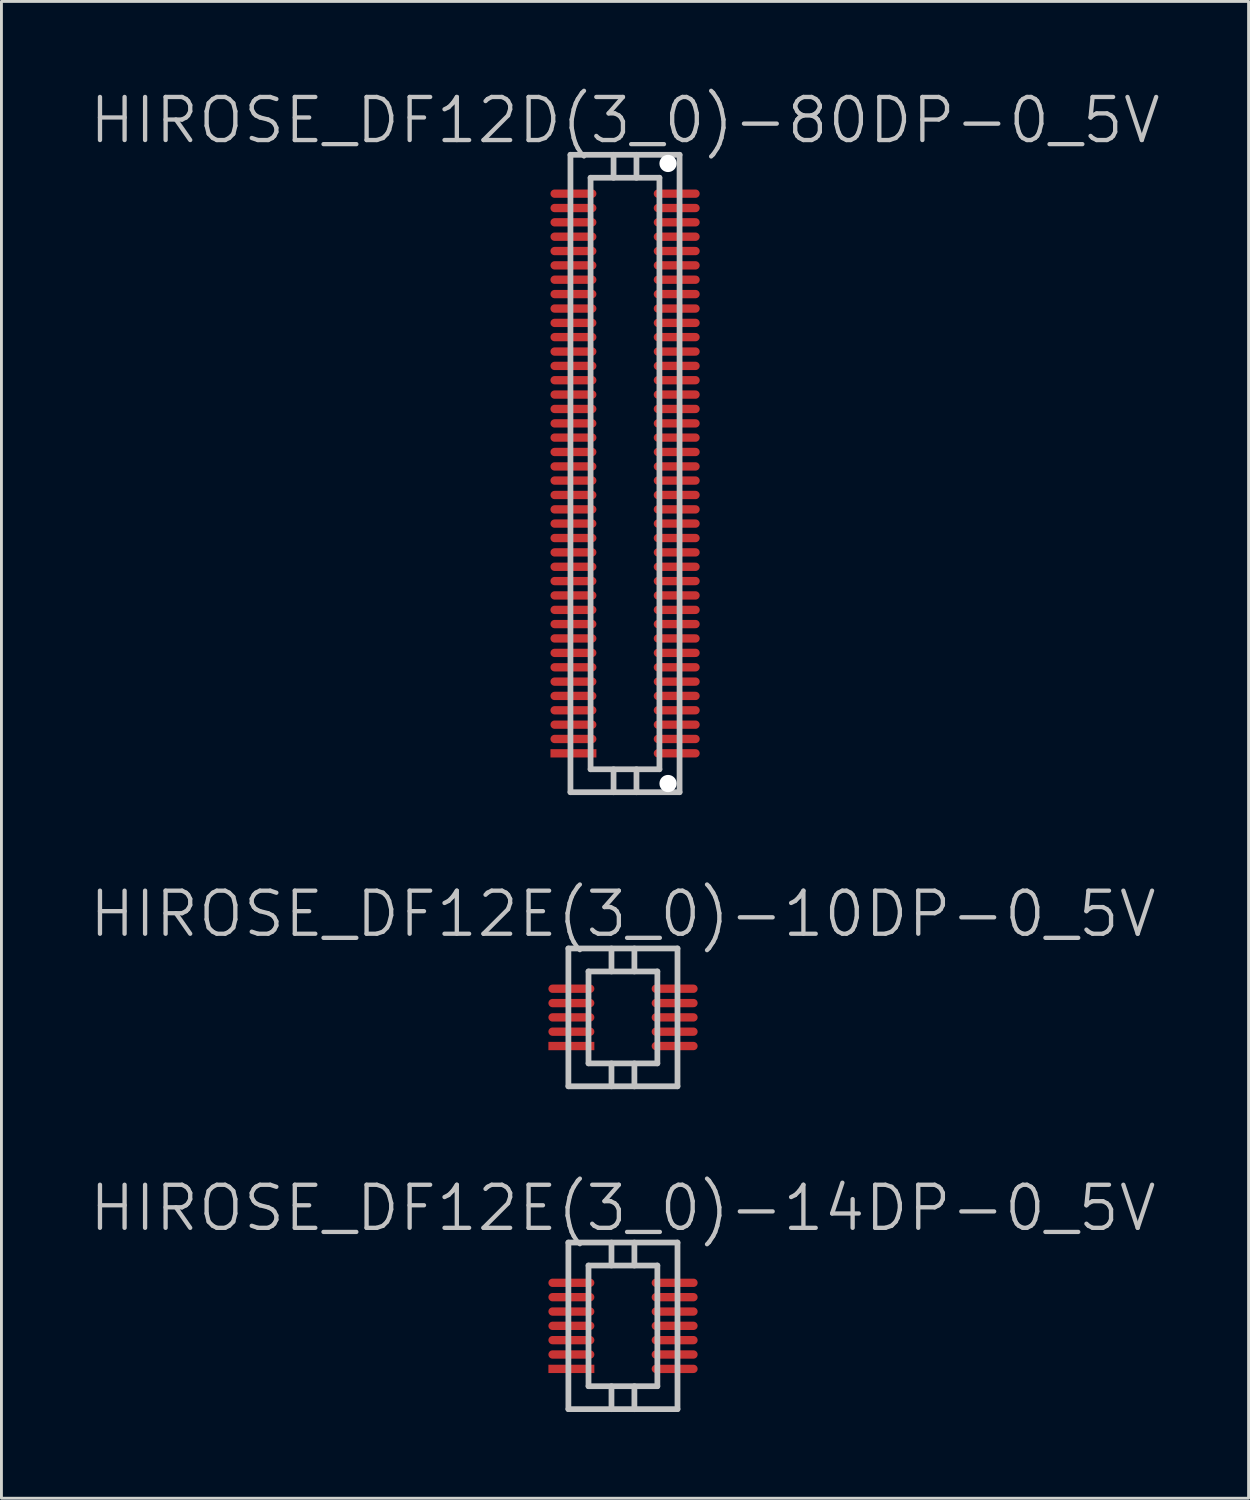
<source format=kicad_pcb>
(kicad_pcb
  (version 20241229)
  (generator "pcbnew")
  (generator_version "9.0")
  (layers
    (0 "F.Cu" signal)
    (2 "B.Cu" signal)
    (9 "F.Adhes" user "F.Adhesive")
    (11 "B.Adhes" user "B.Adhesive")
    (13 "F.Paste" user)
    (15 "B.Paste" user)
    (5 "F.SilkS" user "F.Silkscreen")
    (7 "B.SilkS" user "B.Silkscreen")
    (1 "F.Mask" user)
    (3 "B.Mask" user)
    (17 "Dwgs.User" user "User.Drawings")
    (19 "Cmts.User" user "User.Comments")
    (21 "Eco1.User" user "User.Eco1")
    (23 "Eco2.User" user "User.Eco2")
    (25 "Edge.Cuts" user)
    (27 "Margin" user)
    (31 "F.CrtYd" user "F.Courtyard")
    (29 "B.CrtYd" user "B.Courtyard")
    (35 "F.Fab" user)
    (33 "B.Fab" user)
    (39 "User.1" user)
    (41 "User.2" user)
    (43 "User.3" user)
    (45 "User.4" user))
  (footprint "HIROSE_DF12E(3_0)-14DP-0_5V"
    (layer "F.Cu")
    (at 18.646 43.127)
    (property "Reference" "HIROSE_DF12E(3_0)-14DP-0_5V" (at 0 -4.1 180) (layer "Dwgs.User") (effects (font (size 1.5 1.5) (thickness 0.15))))
    (attr smd)
    (fp_line (start -1.9 2.901) (end -1.9 -2.901) (stroke (width 0.2) (type solid)) (layer "Dwgs.User"))
    (fp_line (start -1.9 2.901) (end 1.9 2.901) (stroke (width 0.2) (type solid)) (layer "Dwgs.User"))
    (fp_line (start -1.199 -2.101) (end -1.199 2.101) (stroke (width 0.2) (type solid)) (layer "Dwgs.User"))
    (fp_line (start -1.199 -2.101) (end 1.199 -2.101) (stroke (width 0.2) (type solid)) (layer "Dwgs.User"))
    (fp_line (start -0.399 -2.101) (end -0.399 -2.901) (stroke (width 0.2) (type solid)) (layer "Dwgs.User"))
    (fp_line (start -0.399 2.903) (end -0.399 2.103) (stroke (width 0.2) (type solid)) (layer "Dwgs.User"))
    (fp_line (start 0.399 -2.101) (end 0.399 -2.901) (stroke (width 0.2) (type solid)) (layer "Dwgs.User"))
    (fp_line (start 0.399 2.103) (end 0.399 2.903) (stroke (width 0.2) (type solid)) (layer "Dwgs.User"))
    (fp_line (start 1.199 2.101) (end 1.199 -2.101) (stroke (width 0.2) (type solid)) (layer "Dwgs.User"))
    (fp_line (start 1.199 2.103) (end -1.199 2.103) (stroke (width 0.2) (type solid)) (layer "Dwgs.User"))
    (fp_line (start 1.9 -2.901) (end -1.9 -2.901) (stroke (width 0.2) (type solid)) (layer "Dwgs.User"))
    (fp_line (start 1.9 -2.901) (end 1.9 2.901) (stroke (width 0.2) (type solid)) (layer "Dwgs.User"))
    (pad "1" smd rect (at -1.796 1.499 270) (size 0.29 1.6) (layers "F.Cu" "F.Mask" "F.Paste"))
    (pad "2" smd oval (at -1.796 0.998 270) (size 0.29 1.6) (layers "F.Cu" "F.Mask" "F.Paste"))
    (pad "3" smd oval (at -1.796 0.498 270) (size 0.29 1.6) (layers "F.Cu" "F.Mask" "F.Paste"))
    (pad "4" smd oval (at -1.796 0 270) (size 0.29 1.6) (layers "F.Cu" "F.Mask" "F.Paste"))
    (pad "5" smd oval (at -1.796 -0.498 270) (size 0.29 1.6) (layers "F.Cu" "F.Mask" "F.Paste"))
    (pad "6" smd oval (at -1.796 -0.998 270) (size 0.29 1.6) (layers "F.Cu" "F.Mask" "F.Paste"))
    (pad "7" smd oval (at -1.796 -1.499 270) (size 0.29 1.6) (layers "F.Cu" "F.Mask" "F.Paste"))
    (pad "8" smd oval (at 1.801 -1.499 270) (size 0.29 1.6) (layers "F.Cu" "F.Mask" "F.Paste"))
    (pad "9" smd oval (at 1.801 -0.998 270) (size 0.29 1.6) (layers "F.Cu" "F.Mask" "F.Paste"))
    (pad "10" smd oval (at 1.801 -0.498 270) (size 0.29 1.6) (layers "F.Cu" "F.Mask" "F.Paste"))
    (pad "11" smd oval (at 1.801 0 270) (size 0.29 1.6) (layers "F.Cu" "F.Mask" "F.Paste"))
    (pad "12" smd oval (at 1.801 0.498 270) (size 0.29 1.6) (layers "F.Cu" "F.Mask" "F.Paste"))
    (pad "13" smd oval (at 1.801 0.998 270) (size 0.29 1.6) (layers "F.Cu" "F.Mask" "F.Paste"))
    (pad "14" smd oval (at 1.801 1.499 270) (size 0.29 1.6) (layers "F.Cu" "F.Mask" "F.Paste")))
  (footprint "HIROSE_DF12D(3_0)-80DP-0_5V"
    (layer "F.Cu")
    (at 18.718 13.441)
    (property "Reference" "HIROSE_DF12D(3_0)-80DP-0_5V" (at 0 -12.3 180) (layer "Dwgs.User") (effects (font (size 1.5 1.5) (thickness 0.15))))
    (attr smd)
    (fp_line (start -1.9 11.1) (end -1.9 -11.1) (stroke (width 0.2) (type solid)) (layer "Dwgs.User"))
    (fp_line (start -1.9 11.1) (end 1.9 11.1) (stroke (width 0.2) (type solid)) (layer "Dwgs.User"))
    (fp_line (start -1.199 -10.3) (end -1.199 10.3) (stroke (width 0.2) (type solid)) (layer "Dwgs.User"))
    (fp_line (start -1.199 -10.3) (end 1.199 -10.3) (stroke (width 0.2) (type solid)) (layer "Dwgs.User"))
    (fp_line (start -0.399 -10.3) (end -0.399 -11.1) (stroke (width 0.2) (type solid)) (layer "Dwgs.User"))
    (fp_line (start -0.399 11.102) (end -0.399 10.302) (stroke (width 0.2) (type solid)) (layer "Dwgs.User"))
    (fp_line (start 0.399 -10.3) (end 0.399 -11.1) (stroke (width 0.2) (type solid)) (layer "Dwgs.User"))
    (fp_line (start 0.399 10.302) (end 0.399 11.102) (stroke (width 0.2) (type solid)) (layer "Dwgs.User"))
    (fp_line (start 1.199 10.3) (end 1.199 -10.3) (stroke (width 0.2) (type solid)) (layer "Dwgs.User"))
    (fp_line (start 1.199 10.302) (end -1.199 10.302) (stroke (width 0.2) (type solid)) (layer "Dwgs.User"))
    (fp_line (start 1.9 -11.1) (end -1.9 -11.1) (stroke (width 0.2) (type solid)) (layer "Dwgs.User"))
    (fp_line (start 1.9 -11.1) (end 1.9 11.1) (stroke (width 0.2) (type solid)) (layer "Dwgs.User"))
    (pad "" np_thru_hole circle (at 1.499 -10.798 270) (size 0.6 0.6) (drill 0.6) (layers "*.Cu" "*.Mask"))
    (pad "" np_thru_hole circle (at 1.499 10.798 270) (size 0.6 0.6) (drill 0.6) (layers "*.Cu" "*.Mask"))
    (pad "1" smd rect (at -1.796 9.746 270) (size 0.29 1.6) (layers "F.Cu" "F.Mask" "F.Paste"))
    (pad "2" smd oval (at -1.796 9.246 270) (size 0.29 1.6) (layers "F.Cu" "F.Mask" "F.Paste"))
    (pad "3" smd oval (at -1.796 8.748 270) (size 0.29 1.6) (layers "F.Cu" "F.Mask" "F.Paste"))
    (pad "4" smd oval (at -1.796 8.247 270) (size 0.29 1.6) (layers "F.Cu" "F.Mask" "F.Paste"))
    (pad "5" smd oval (at -1.796 7.747 270) (size 0.29 1.6) (layers "F.Cu" "F.Mask" "F.Paste"))
    (pad "6" smd oval (at -1.796 7.249 270) (size 0.29 1.6) (layers "F.Cu" "F.Mask" "F.Paste"))
    (pad "7" smd oval (at -1.796 6.749 270) (size 0.29 1.6) (layers "F.Cu" "F.Mask" "F.Paste"))
    (pad "8" smd oval (at -1.796 6.248 270) (size 0.29 1.6) (layers "F.Cu" "F.Mask" "F.Paste"))
    (pad "9" smd oval (at -1.796 5.745 270) (size 0.29 1.6) (layers "F.Cu" "F.Mask" "F.Paste"))
    (pad "10" smd oval (at -1.796 5.245 270) (size 0.29 1.6) (layers "F.Cu" "F.Mask" "F.Paste"))
    (pad "11" smd oval (at -1.796 4.75 270) (size 0.29 1.6) (layers "F.Cu" "F.Mask" "F.Paste"))
    (pad "12" smd oval (at -1.796 4.247 270) (size 0.29 1.6) (layers "F.Cu" "F.Mask" "F.Paste"))
    (pad "13" smd oval (at -1.796 3.747 270) (size 0.29 1.6) (layers "F.Cu" "F.Mask" "F.Paste"))
    (pad "14" smd oval (at -1.796 3.249 270) (size 0.29 1.6) (layers "F.Cu" "F.Mask" "F.Paste"))
    (pad "15" smd oval (at -1.796 2.748 270) (size 0.29 1.6) (layers "F.Cu" "F.Mask" "F.Paste"))
    (pad "16" smd oval (at -1.796 2.248 270) (size 0.29 1.6) (layers "F.Cu" "F.Mask" "F.Paste"))
    (pad "17" smd oval (at -1.796 1.745 270) (size 0.29 1.6) (layers "F.Cu" "F.Mask" "F.Paste"))
    (pad "18" smd oval (at -1.796 1.25 270) (size 0.29 1.6) (layers "F.Cu" "F.Mask" "F.Paste"))
    (pad "19" smd oval (at -1.796 0.749 270) (size 0.29 1.6) (layers "F.Cu" "F.Mask" "F.Paste"))
    (pad "20" smd oval (at -1.796 0.246 270) (size 0.29 1.6) (layers "F.Cu" "F.Mask" "F.Paste"))
    (pad "21" smd oval (at -1.796 -0.246 270) (size 0.29 1.6) (layers "F.Cu" "F.Mask" "F.Paste"))
    (pad "22" smd oval (at -1.796 -0.749 270) (size 0.29 1.6) (layers "F.Cu" "F.Mask" "F.Paste"))
    (pad "23" smd oval (at -1.796 -1.25 270) (size 0.29 1.6) (layers "F.Cu" "F.Mask" "F.Paste"))
    (pad "24" smd oval (at -1.796 -1.745 270) (size 0.29 1.6) (layers "F.Cu" "F.Mask" "F.Paste"))
    (pad "25" smd oval (at -1.796 -2.248 270) (size 0.29 1.6) (layers "F.Cu" "F.Mask" "F.Paste"))
    (pad "26" smd oval (at -1.796 -2.748 270) (size 0.29 1.6) (layers "F.Cu" "F.Mask" "F.Paste"))
    (pad "27" smd oval (at -1.796 -3.249 270) (size 0.29 1.6) (layers "F.Cu" "F.Mask" "F.Paste"))
    (pad "28" smd oval (at -1.796 -3.747 270) (size 0.29 1.6) (layers "F.Cu" "F.Mask" "F.Paste"))
    (pad "29" smd oval (at -1.796 -4.247 270) (size 0.29 1.6) (layers "F.Cu" "F.Mask" "F.Paste"))
    (pad "30" smd oval (at -1.796 -4.75 270) (size 0.29 1.6) (layers "F.Cu" "F.Mask" "F.Paste"))
    (pad "31" smd oval (at -1.796 -5.245 270) (size 0.29 1.6) (layers "F.Cu" "F.Mask" "F.Paste"))
    (pad "32" smd oval (at -1.796 -5.745 270) (size 0.29 1.6) (layers "F.Cu" "F.Mask" "F.Paste"))
    (pad "33" smd oval (at -1.796 -6.248 270) (size 0.29 1.6) (layers "F.Cu" "F.Mask" "F.Paste"))
    (pad "34" smd oval (at -1.796 -6.749 270) (size 0.29 1.6) (layers "F.Cu" "F.Mask" "F.Paste"))
    (pad "35" smd oval (at -1.796 -7.249 270) (size 0.29 1.6) (layers "F.Cu" "F.Mask" "F.Paste"))
    (pad "36" smd oval (at -1.796 -7.747 270) (size 0.29 1.6) (layers "F.Cu" "F.Mask" "F.Paste"))
    (pad "37" smd oval (at -1.796 -8.247 270) (size 0.29 1.6) (layers "F.Cu" "F.Mask" "F.Paste"))
    (pad "38" smd oval (at -1.796 -8.748 270) (size 0.29 1.6) (layers "F.Cu" "F.Mask" "F.Paste"))
    (pad "39" smd oval (at -1.796 -9.246 270) (size 0.29 1.6) (layers "F.Cu" "F.Mask" "F.Paste"))
    (pad "40" smd oval (at -1.796 -9.746 270) (size 0.29 1.6) (layers "F.Cu" "F.Mask" "F.Paste"))
    (pad "41" smd oval (at 1.801 -9.746 270) (size 0.29 1.6) (layers "F.Cu" "F.Mask" "F.Paste"))
    (pad "42" smd oval (at 1.801 -9.246 270) (size 0.29 1.6) (layers "F.Cu" "F.Mask" "F.Paste"))
    (pad "43" smd oval (at 1.801 -8.748 270) (size 0.29 1.6) (layers "F.Cu" "F.Mask" "F.Paste"))
    (pad "44" smd oval (at 1.801 -8.247 270) (size 0.29 1.6) (layers "F.Cu" "F.Mask" "F.Paste"))
    (pad "45" smd oval (at 1.801 -7.747 270) (size 0.29 1.6) (layers "F.Cu" "F.Mask" "F.Paste"))
    (pad "46" smd oval (at 1.801 -7.249 270) (size 0.29 1.6) (layers "F.Cu" "F.Mask" "F.Paste"))
    (pad "47" smd oval (at 1.801 -6.749 270) (size 0.29 1.6) (layers "F.Cu" "F.Mask" "F.Paste"))
    (pad "48" smd oval (at 1.801 -6.248 270) (size 0.29 1.6) (layers "F.Cu" "F.Mask" "F.Paste"))
    (pad "49" smd oval (at 1.801 -5.745 270) (size 0.29 1.6) (layers "F.Cu" "F.Mask" "F.Paste"))
    (pad "50" smd oval (at 1.801 -5.245 270) (size 0.29 1.6) (layers "F.Cu" "F.Mask" "F.Paste"))
    (pad "51" smd oval (at 1.801 -4.75 270) (size 0.29 1.6) (layers "F.Cu" "F.Mask" "F.Paste"))
    (pad "52" smd oval (at 1.801 -4.247 270) (size 0.29 1.6) (layers "F.Cu" "F.Mask" "F.Paste"))
    (pad "53" smd oval (at 1.801 -3.747 270) (size 0.29 1.6) (layers "F.Cu" "F.Mask" "F.Paste"))
    (pad "54" smd oval (at 1.801 -3.249 270) (size 0.29 1.6) (layers "F.Cu" "F.Mask" "F.Paste"))
    (pad "55" smd oval (at 1.801 -2.748 270) (size 0.29 1.6) (layers "F.Cu" "F.Mask" "F.Paste"))
    (pad "56" smd oval (at 1.801 -2.248 270) (size 0.29 1.6) (layers "F.Cu" "F.Mask" "F.Paste"))
    (pad "57" smd oval (at 1.801 -1.745 270) (size 0.29 1.6) (layers "F.Cu" "F.Mask" "F.Paste"))
    (pad "58" smd oval (at 1.801 -1.25 270) (size 0.29 1.6) (layers "F.Cu" "F.Mask" "F.Paste"))
    (pad "59" smd oval (at 1.801 -0.749 270) (size 0.29 1.6) (layers "F.Cu" "F.Mask" "F.Paste"))
    (pad "60" smd oval (at 1.801 -0.246 270) (size 0.29 1.6) (layers "F.Cu" "F.Mask" "F.Paste"))
    (pad "61" smd oval (at 1.801 0.246 270) (size 0.29 1.6) (layers "F.Cu" "F.Mask" "F.Paste"))
    (pad "62" smd oval (at 1.801 0.749 270) (size 0.29 1.6) (layers "F.Cu" "F.Mask" "F.Paste"))
    (pad "63" smd oval (at 1.801 1.25 270) (size 0.29 1.6) (layers "F.Cu" "F.Mask" "F.Paste"))
    (pad "64" smd oval (at 1.801 1.745 270) (size 0.29 1.6) (layers "F.Cu" "F.Mask" "F.Paste"))
    (pad "65" smd oval (at 1.801 2.248 270) (size 0.29 1.6) (layers "F.Cu" "F.Mask" "F.Paste"))
    (pad "66" smd oval (at 1.801 2.748 270) (size 0.29 1.6) (layers "F.Cu" "F.Mask" "F.Paste"))
    (pad "67" smd oval (at 1.801 3.249 270) (size 0.29 1.6) (layers "F.Cu" "F.Mask" "F.Paste"))
    (pad "68" smd oval (at 1.801 3.747 270) (size 0.29 1.6) (layers "F.Cu" "F.Mask" "F.Paste"))
    (pad "69" smd oval (at 1.801 4.247 270) (size 0.29 1.6) (layers "F.Cu" "F.Mask" "F.Paste"))
    (pad "70" smd oval (at 1.801 4.75 270) (size 0.29 1.6) (layers "F.Cu" "F.Mask" "F.Paste"))
    (pad "71" smd oval (at 1.801 5.245 270) (size 0.29 1.6) (layers "F.Cu" "F.Mask" "F.Paste"))
    (pad "72" smd oval (at 1.801 5.745 270) (size 0.29 1.6) (layers "F.Cu" "F.Mask" "F.Paste"))
    (pad "73" smd oval (at 1.801 6.248 270) (size 0.29 1.6) (layers "F.Cu" "F.Mask" "F.Paste"))
    (pad "74" smd oval (at 1.801 6.749 270) (size 0.29 1.6) (layers "F.Cu" "F.Mask" "F.Paste"))
    (pad "75" smd oval (at 1.801 7.249 270) (size 0.29 1.6) (layers "F.Cu" "F.Mask" "F.Paste"))
    (pad "76" smd oval (at 1.801 7.747 270) (size 0.29 1.6) (layers "F.Cu" "F.Mask" "F.Paste"))
    (pad "77" smd oval (at 1.801 8.247 270) (size 0.29 1.6) (layers "F.Cu" "F.Mask" "F.Paste"))
    (pad "78" smd oval (at 1.801 8.748 270) (size 0.29 1.6) (layers "F.Cu" "F.Mask" "F.Paste"))
    (pad "79" smd oval (at 1.801 9.246 270) (size 0.29 1.6) (layers "F.Cu" "F.Mask" "F.Paste"))
    (pad "80" smd oval (at 1.801 9.746 270) (size 0.29 1.6) (layers "F.Cu" "F.Mask" "F.Paste")))
  (footprint "HIROSE_DF12E(3_0)-10DP-0_5V"
    (layer "F.Cu")
    (at 18.646 32.384)
    (property "Reference" "HIROSE_DF12E(3_0)-10DP-0_5V" (at 0 -3.6 180) (layer "Dwgs.User") (effects (font (size 1.5 1.5) (thickness 0.15))))
    (attr smd)
    (fp_line (start -1.9 2.4) (end -1.9 -2.4) (stroke (width 0.2) (type solid)) (layer "Dwgs.User"))
    (fp_line (start -1.9 2.4) (end 1.9 2.4) (stroke (width 0.2) (type solid)) (layer "Dwgs.User"))
    (fp_line (start -1.199 -1.6) (end -1.199 1.6) (stroke (width 0.2) (type solid)) (layer "Dwgs.User"))
    (fp_line (start -1.199 -1.6) (end 1.199 -1.6) (stroke (width 0.2) (type solid)) (layer "Dwgs.User"))
    (fp_line (start -0.399 -1.6) (end -0.399 -2.4) (stroke (width 0.2) (type solid)) (layer "Dwgs.User"))
    (fp_line (start -0.399 2.403) (end -0.399 1.603) (stroke (width 0.2) (type solid)) (layer "Dwgs.User"))
    (fp_line (start 0.399 -1.6) (end 0.399 -2.4) (stroke (width 0.2) (type solid)) (layer "Dwgs.User"))
    (fp_line (start 0.399 1.603) (end 0.399 2.403) (stroke (width 0.2) (type solid)) (layer "Dwgs.User"))
    (fp_line (start 1.199 1.6) (end 1.199 -1.6) (stroke (width 0.2) (type solid)) (layer "Dwgs.User"))
    (fp_line (start 1.199 1.603) (end -1.199 1.603) (stroke (width 0.2) (type solid)) (layer "Dwgs.User"))
    (fp_line (start 1.9 -2.4) (end -1.9 -2.4) (stroke (width 0.2) (type solid)) (layer "Dwgs.User"))
    (fp_line (start 1.9 -2.4) (end 1.9 2.4) (stroke (width 0.2) (type solid)) (layer "Dwgs.User"))
    (pad "1" smd rect (at -1.796 0.998 270) (size 0.29 1.6) (layers "F.Cu" "F.Mask" "F.Paste"))
    (pad "2" smd oval (at -1.796 0.498 270) (size 0.29 1.6) (layers "F.Cu" "F.Mask" "F.Paste"))
    (pad "3" smd oval (at -1.796 0 270) (size 0.29 1.6) (layers "F.Cu" "F.Mask" "F.Paste"))
    (pad "4" smd oval (at -1.796 -0.498 270) (size 0.29 1.6) (layers "F.Cu" "F.Mask" "F.Paste"))
    (pad "5" smd oval (at -1.796 -0.998 270) (size 0.29 1.6) (layers "F.Cu" "F.Mask" "F.Paste"))
    (pad "6" smd oval (at 1.801 -0.998 270) (size 0.29 1.6) (layers "F.Cu" "F.Mask" "F.Paste"))
    (pad "7" smd oval (at 1.801 -0.498 270) (size 0.29 1.6) (layers "F.Cu" "F.Mask" "F.Paste"))
    (pad "8" smd oval (at 1.801 0 270) (size 0.29 1.6) (layers "F.Cu" "F.Mask" "F.Paste"))
    (pad "9" smd oval (at 1.801 0.498 270) (size 0.29 1.6) (layers "F.Cu" "F.Mask" "F.Paste"))
    (pad "10" smd oval (at 1.801 0.998 270) (size 0.29 1.6) (layers "F.Cu" "F.Mask" "F.Paste")))
  (gr_rect
    (start -3 -3)
    (end 40.436 49.131)
    (stroke (width 0.1) (type default))
    (fill no)
    (layer "Edge.Cuts")))
</source>
